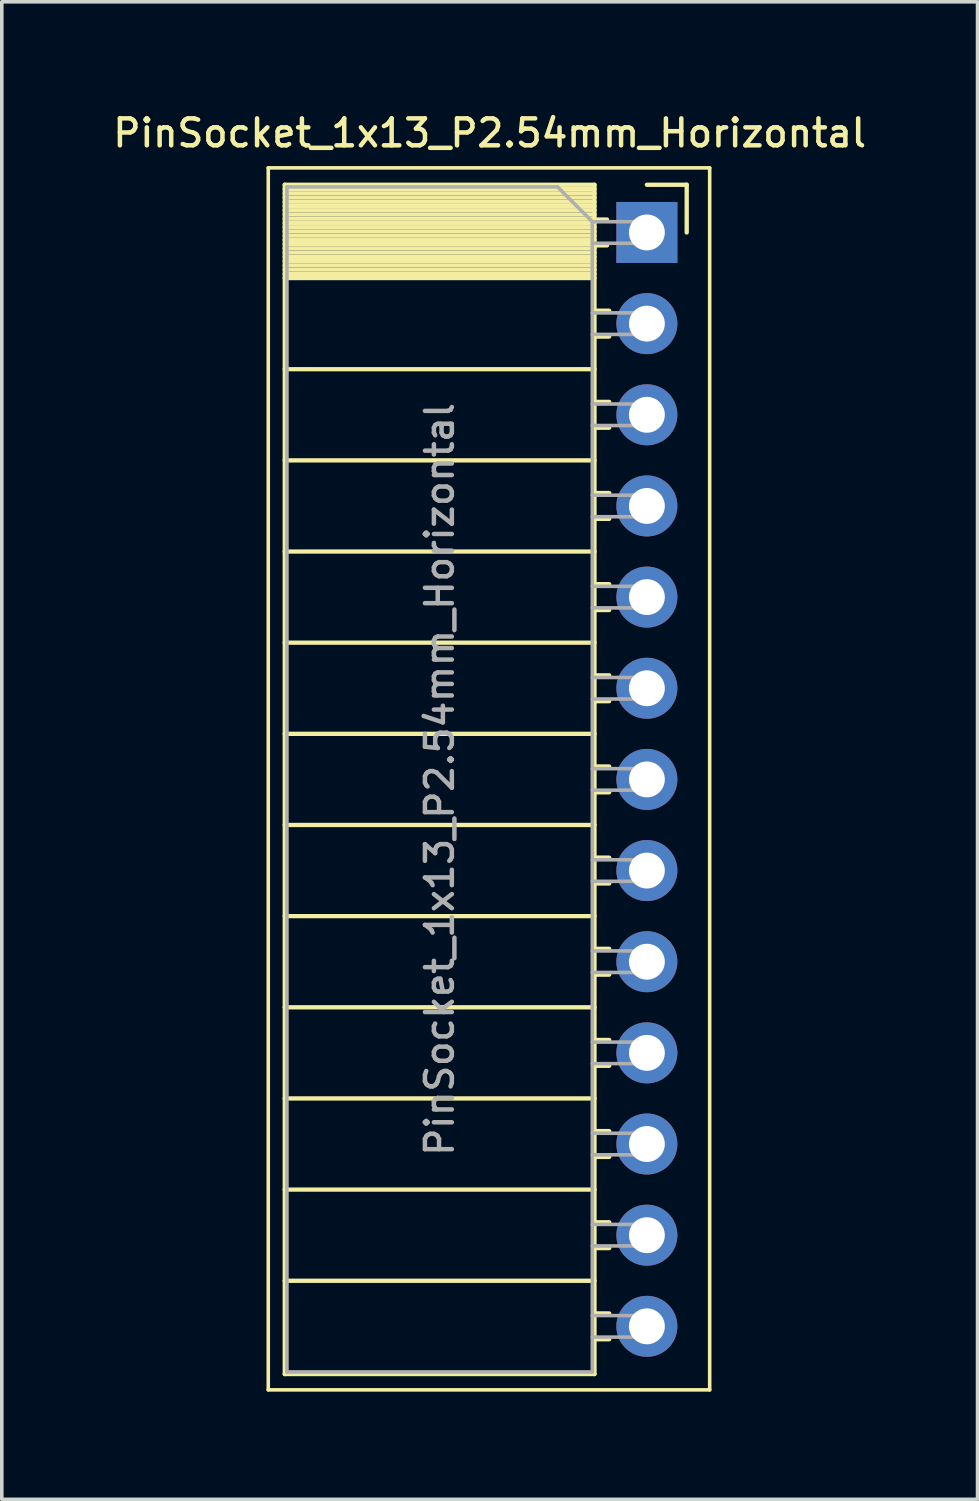
<source format=kicad_pcb>
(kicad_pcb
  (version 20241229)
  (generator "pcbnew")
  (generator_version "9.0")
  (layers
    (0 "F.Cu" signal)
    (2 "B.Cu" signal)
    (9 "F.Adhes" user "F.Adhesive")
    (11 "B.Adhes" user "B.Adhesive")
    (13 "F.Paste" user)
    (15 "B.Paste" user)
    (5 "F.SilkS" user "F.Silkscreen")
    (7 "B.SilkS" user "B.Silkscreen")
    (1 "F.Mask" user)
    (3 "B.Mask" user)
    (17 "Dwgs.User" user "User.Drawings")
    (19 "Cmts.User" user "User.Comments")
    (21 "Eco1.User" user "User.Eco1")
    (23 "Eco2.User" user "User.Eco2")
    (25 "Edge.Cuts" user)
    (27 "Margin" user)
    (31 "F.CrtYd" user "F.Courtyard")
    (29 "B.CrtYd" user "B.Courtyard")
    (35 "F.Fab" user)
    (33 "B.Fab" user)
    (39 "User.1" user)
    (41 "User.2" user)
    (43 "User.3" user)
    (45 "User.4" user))
  (footprint "PinSocket_1x13_P2.54mm_Horizontal"
    (layer "F.Cu")
    (at 14.975 3.428)
    (property "Reference" "PinSocket_1x13_P2.54mm_Horizontal" (at -4.38 -2.77 0) (layer "F.SilkS") (effects (font (size 0.75 0.75) (thickness 0.125))))
    (attr through_hole)
    (fp_line (start -10.55 -1.8) (end -10.55 32.25) (stroke (width 0.1) (type solid)) (layer "F.SilkS"))
    (fp_line (start -10.55 32.25) (end 1.75 32.25) (stroke (width 0.1) (type solid)) (layer "F.SilkS"))
    (fp_line (start -10.09 -1.33) (end -10.09 31.81) (stroke (width 0.12) (type solid)) (layer "F.SilkS"))
    (fp_line (start -10.09 -1.33) (end -1.46 -1.33) (stroke (width 0.12) (type solid)) (layer "F.SilkS"))
    (fp_line (start -10.09 -1.21) (end -1.46 -1.21) (stroke (width 0.12) (type solid)) (layer "F.SilkS"))
    (fp_line (start -10.09 -1.092) (end -1.46 -1.092) (stroke (width 0.12) (type solid)) (layer "F.SilkS"))
    (fp_line (start -10.09 -0.974) (end -1.46 -0.974) (stroke (width 0.12) (type solid)) (layer "F.SilkS"))
    (fp_line (start -10.09 -0.856) (end -1.46 -0.856) (stroke (width 0.12) (type solid)) (layer "F.SilkS"))
    (fp_line (start -10.09 -0.738) (end -1.46 -0.738) (stroke (width 0.12) (type solid)) (layer "F.SilkS"))
    (fp_line (start -10.09 -0.62) (end -1.46 -0.62) (stroke (width 0.12) (type solid)) (layer "F.SilkS"))
    (fp_line (start -10.09 -0.501) (end -1.46 -0.501) (stroke (width 0.12) (type solid)) (layer "F.SilkS"))
    (fp_line (start -10.09 -0.383) (end -1.46 -0.383) (stroke (width 0.12) (type solid)) (layer "F.SilkS"))
    (fp_line (start -10.09 -0.265) (end -1.46 -0.265) (stroke (width 0.12) (type solid)) (layer "F.SilkS"))
    (fp_line (start -10.09 -0.147) (end -1.46 -0.147) (stroke (width 0.12) (type solid)) (layer "F.SilkS"))
    (fp_line (start -10.09 -0.029) (end -1.46 -0.029) (stroke (width 0.12) (type solid)) (layer "F.SilkS"))
    (fp_line (start -10.09 0.089) (end -1.46 0.089) (stroke (width 0.12) (type solid)) (layer "F.SilkS"))
    (fp_line (start -10.09 0.207) (end -1.46 0.207) (stroke (width 0.12) (type solid)) (layer "F.SilkS"))
    (fp_line (start -10.09 0.325) (end -1.46 0.325) (stroke (width 0.12) (type solid)) (layer "F.SilkS"))
    (fp_line (start -10.09 0.443) (end -1.46 0.443) (stroke (width 0.12) (type solid)) (layer "F.SilkS"))
    (fp_line (start -10.09 0.561) (end -1.46 0.561) (stroke (width 0.12) (type solid)) (layer "F.SilkS"))
    (fp_line (start -10.09 0.68) (end -1.46 0.68) (stroke (width 0.12) (type solid)) (layer "F.SilkS"))
    (fp_line (start -10.09 0.798) (end -1.46 0.798) (stroke (width 0.12) (type solid)) (layer "F.SilkS"))
    (fp_line (start -10.09 0.916) (end -1.46 0.916) (stroke (width 0.12) (type solid)) (layer "F.SilkS"))
    (fp_line (start -10.09 1.034) (end -1.46 1.034) (stroke (width 0.12) (type solid)) (layer "F.SilkS"))
    (fp_line (start -10.09 1.152) (end -1.46 1.152) (stroke (width 0.12) (type solid)) (layer "F.SilkS"))
    (fp_line (start -10.09 1.27) (end -1.46 1.27) (stroke (width 0.12) (type solid)) (layer "F.SilkS"))
    (fp_line (start -10.09 3.81) (end -1.46 3.81) (stroke (width 0.12) (type solid)) (layer "F.SilkS"))
    (fp_line (start -10.09 6.35) (end -1.46 6.35) (stroke (width 0.12) (type solid)) (layer "F.SilkS"))
    (fp_line (start -10.09 8.89) (end -1.46 8.89) (stroke (width 0.12) (type solid)) (layer "F.SilkS"))
    (fp_line (start -10.09 11.43) (end -1.46 11.43) (stroke (width 0.12) (type solid)) (layer "F.SilkS"))
    (fp_line (start -10.09 13.97) (end -1.46 13.97) (stroke (width 0.12) (type solid)) (layer "F.SilkS"))
    (fp_line (start -10.09 16.51) (end -1.46 16.51) (stroke (width 0.12) (type solid)) (layer "F.SilkS"))
    (fp_line (start -10.09 19.05) (end -1.46 19.05) (stroke (width 0.12) (type solid)) (layer "F.SilkS"))
    (fp_line (start -10.09 21.59) (end -1.46 21.59) (stroke (width 0.12) (type solid)) (layer "F.SilkS"))
    (fp_line (start -10.09 24.13) (end -1.46 24.13) (stroke (width 0.12) (type solid)) (layer "F.SilkS"))
    (fp_line (start -10.09 26.67) (end -1.46 26.67) (stroke (width 0.12) (type solid)) (layer "F.SilkS"))
    (fp_line (start -10.09 29.21) (end -1.46 29.21) (stroke (width 0.12) (type solid)) (layer "F.SilkS"))
    (fp_line (start -10.09 31.81) (end -1.46 31.81) (stroke (width 0.12) (type solid)) (layer "F.SilkS"))
    (fp_line (start -1.46 -1.33) (end -1.46 31.81) (stroke (width 0.12) (type solid)) (layer "F.SilkS"))
    (fp_line (start -1.46 -0.36) (end -1.11 -0.36) (stroke (width 0.12) (type solid)) (layer "F.SilkS"))
    (fp_line (start -1.46 0.36) (end -1.11 0.36) (stroke (width 0.12) (type solid)) (layer "F.SilkS"))
    (fp_line (start -1.46 2.18) (end -1.05 2.18) (stroke (width 0.12) (type solid)) (layer "F.SilkS"))
    (fp_line (start -1.46 2.9) (end -1.05 2.9) (stroke (width 0.12) (type solid)) (layer "F.SilkS"))
    (fp_line (start -1.46 4.72) (end -1.05 4.72) (stroke (width 0.12) (type solid)) (layer "F.SilkS"))
    (fp_line (start -1.46 5.44) (end -1.05 5.44) (stroke (width 0.12) (type solid)) (layer "F.SilkS"))
    (fp_line (start -1.46 7.26) (end -1.05 7.26) (stroke (width 0.12) (type solid)) (layer "F.SilkS"))
    (fp_line (start -1.46 7.98) (end -1.05 7.98) (stroke (width 0.12) (type solid)) (layer "F.SilkS"))
    (fp_line (start -1.46 9.8) (end -1.05 9.8) (stroke (width 0.12) (type solid)) (layer "F.SilkS"))
    (fp_line (start -1.46 10.52) (end -1.05 10.52) (stroke (width 0.12) (type solid)) (layer "F.SilkS"))
    (fp_line (start -1.46 12.34) (end -1.05 12.34) (stroke (width 0.12) (type solid)) (layer "F.SilkS"))
    (fp_line (start -1.46 13.06) (end -1.05 13.06) (stroke (width 0.12) (type solid)) (layer "F.SilkS"))
    (fp_line (start -1.46 14.88) (end -1.05 14.88) (stroke (width 0.12) (type solid)) (layer "F.SilkS"))
    (fp_line (start -1.46 15.6) (end -1.05 15.6) (stroke (width 0.12) (type solid)) (layer "F.SilkS"))
    (fp_line (start -1.46 17.42) (end -1.05 17.42) (stroke (width 0.12) (type solid)) (layer "F.SilkS"))
    (fp_line (start -1.46 18.14) (end -1.05 18.14) (stroke (width 0.12) (type solid)) (layer "F.SilkS"))
    (fp_line (start -1.46 19.96) (end -1.05 19.96) (stroke (width 0.12) (type solid)) (layer "F.SilkS"))
    (fp_line (start -1.46 20.68) (end -1.05 20.68) (stroke (width 0.12) (type solid)) (layer "F.SilkS"))
    (fp_line (start -1.46 22.5) (end -1.05 22.5) (stroke (width 0.12) (type solid)) (layer "F.SilkS"))
    (fp_line (start -1.46 23.22) (end -1.05 23.22) (stroke (width 0.12) (type solid)) (layer "F.SilkS"))
    (fp_line (start -1.46 25.04) (end -1.05 25.04) (stroke (width 0.12) (type solid)) (layer "F.SilkS"))
    (fp_line (start -1.46 25.76) (end -1.05 25.76) (stroke (width 0.12) (type solid)) (layer "F.SilkS"))
    (fp_line (start -1.46 27.58) (end -1.05 27.58) (stroke (width 0.12) (type solid)) (layer "F.SilkS"))
    (fp_line (start -1.46 28.3) (end -1.05 28.3) (stroke (width 0.12) (type solid)) (layer "F.SilkS"))
    (fp_line (start -1.46 30.12) (end -1.05 30.12) (stroke (width 0.12) (type solid)) (layer "F.SilkS"))
    (fp_line (start -1.46 30.84) (end -1.05 30.84) (stroke (width 0.12) (type solid)) (layer "F.SilkS"))
    (fp_line (start 0 -1.33) (end 1.11 -1.33) (stroke (width 0.12) (type solid)) (layer "F.SilkS"))
    (fp_line (start 1.11 -1.33) (end 1.11 0) (stroke (width 0.12) (type solid)) (layer "F.SilkS"))
    (fp_line (start 1.75 -1.8) (end -10.55 -1.8) (stroke (width 0.1) (type solid)) (layer "F.SilkS"))
    (fp_line (start 1.75 32.25) (end 1.75 -1.8) (stroke (width 0.1) (type solid)) (layer "F.SilkS"))
    (fp_line (start -10.03 -1.27) (end -2.49 -1.27) (stroke (width 0.1) (type solid)) (layer "F.Fab"))
    (fp_line (start -10.03 31.75) (end -10.03 -1.27) (stroke (width 0.1) (type solid)) (layer "F.Fab"))
    (fp_line (start -2.49 -1.27) (end -1.52 -0.3) (stroke (width 0.1) (type solid)) (layer "F.Fab"))
    (fp_line (start -1.52 -0.3) (end -1.52 31.75) (stroke (width 0.1) (type solid)) (layer "F.Fab"))
    (fp_line (start -1.52 0.3) (end 0 0.3) (stroke (width 0.1) (type solid)) (layer "F.Fab"))
    (fp_line (start -1.52 2.84) (end 0 2.84) (stroke (width 0.1) (type solid)) (layer "F.Fab"))
    (fp_line (start -1.52 5.38) (end 0 5.38) (stroke (width 0.1) (type solid)) (layer "F.Fab"))
    (fp_line (start -1.52 7.92) (end 0 7.92) (stroke (width 0.1) (type solid)) (layer "F.Fab"))
    (fp_line (start -1.52 10.46) (end 0 10.46) (stroke (width 0.1) (type solid)) (layer "F.Fab"))
    (fp_line (start -1.52 13) (end 0 13) (stroke (width 0.1) (type solid)) (layer "F.Fab"))
    (fp_line (start -1.52 15.54) (end 0 15.54) (stroke (width 0.1) (type solid)) (layer "F.Fab"))
    (fp_line (start -1.52 18.08) (end 0 18.08) (stroke (width 0.1) (type solid)) (layer "F.Fab"))
    (fp_line (start -1.52 20.62) (end 0 20.62) (stroke (width 0.1) (type solid)) (layer "F.Fab"))
    (fp_line (start -1.52 23.16) (end 0 23.16) (stroke (width 0.1) (type solid)) (layer "F.Fab"))
    (fp_line (start -1.52 25.7) (end 0 25.7) (stroke (width 0.1) (type solid)) (layer "F.Fab"))
    (fp_line (start -1.52 28.24) (end 0 28.24) (stroke (width 0.1) (type solid)) (layer "F.Fab"))
    (fp_line (start -1.52 30.78) (end 0 30.78) (stroke (width 0.1) (type solid)) (layer "F.Fab"))
    (fp_line (start -1.52 31.75) (end -10.03 31.75) (stroke (width 0.1) (type solid)) (layer "F.Fab"))
    (fp_line (start 0 -0.3) (end -1.52 -0.3) (stroke (width 0.1) (type solid)) (layer "F.Fab"))
    (fp_line (start 0 0.3) (end 0 -0.3) (stroke (width 0.1) (type solid)) (layer "F.Fab"))
    (fp_line (start 0 2.24) (end -1.52 2.24) (stroke (width 0.1) (type solid)) (layer "F.Fab"))
    (fp_line (start 0 2.84) (end 0 2.24) (stroke (width 0.1) (type solid)) (layer "F.Fab"))
    (fp_line (start 0 4.78) (end -1.52 4.78) (stroke (width 0.1) (type solid)) (layer "F.Fab"))
    (fp_line (start 0 5.38) (end 0 4.78) (stroke (width 0.1) (type solid)) (layer "F.Fab"))
    (fp_line (start 0 7.32) (end -1.52 7.32) (stroke (width 0.1) (type solid)) (layer "F.Fab"))
    (fp_line (start 0 7.92) (end 0 7.32) (stroke (width 0.1) (type solid)) (layer "F.Fab"))
    (fp_line (start 0 9.86) (end -1.52 9.86) (stroke (width 0.1) (type solid)) (layer "F.Fab"))
    (fp_line (start 0 10.46) (end 0 9.86) (stroke (width 0.1) (type solid)) (layer "F.Fab"))
    (fp_line (start 0 12.4) (end -1.52 12.4) (stroke (width 0.1) (type solid)) (layer "F.Fab"))
    (fp_line (start 0 13) (end 0 12.4) (stroke (width 0.1) (type solid)) (layer "F.Fab"))
    (fp_line (start 0 14.94) (end -1.52 14.94) (stroke (width 0.1) (type solid)) (layer "F.Fab"))
    (fp_line (start 0 15.54) (end 0 14.94) (stroke (width 0.1) (type solid)) (layer "F.Fab"))
    (fp_line (start 0 17.48) (end -1.52 17.48) (stroke (width 0.1) (type solid)) (layer "F.Fab"))
    (fp_line (start 0 18.08) (end 0 17.48) (stroke (width 0.1) (type solid)) (layer "F.Fab"))
    (fp_line (start 0 20.02) (end -1.52 20.02) (stroke (width 0.1) (type solid)) (layer "F.Fab"))
    (fp_line (start 0 20.62) (end 0 20.02) (stroke (width 0.1) (type solid)) (layer "F.Fab"))
    (fp_line (start 0 22.56) (end -1.52 22.56) (stroke (width 0.1) (type solid)) (layer "F.Fab"))
    (fp_line (start 0 23.16) (end 0 22.56) (stroke (width 0.1) (type solid)) (layer "F.Fab"))
    (fp_line (start 0 25.1) (end -1.52 25.1) (stroke (width 0.1) (type solid)) (layer "F.Fab"))
    (fp_line (start 0 25.7) (end 0 25.1) (stroke (width 0.1) (type solid)) (layer "F.Fab"))
    (fp_line (start 0 27.64) (end -1.52 27.64) (stroke (width 0.1) (type solid)) (layer "F.Fab"))
    (fp_line (start 0 28.24) (end 0 27.64) (stroke (width 0.1) (type solid)) (layer "F.Fab"))
    (fp_line (start 0 30.18) (end -1.52 30.18) (stroke (width 0.1) (type solid)) (layer "F.Fab"))
    (fp_line (start 0 30.78) (end 0 30.18) (stroke (width 0.1) (type solid)) (layer "F.Fab"))
    (fp_text user "${REFERENCE}" (at -5.775 15.24 90) (layer "F.Fab") (effects (font (size 0.75 0.75) (thickness 0.125))))
    (pad "1" thru_hole rect (at 0 0) (size 1.7 1.7) (drill 1) (layers "*.Cu" "*.Mask"))
    (pad "2" thru_hole oval (at 0 2.54) (size 1.7 1.7) (drill 1) (layers "*.Cu" "*.Mask"))
    (pad "3" thru_hole oval (at 0 5.08) (size 1.7 1.7) (drill 1) (layers "*.Cu" "*.Mask"))
    (pad "4" thru_hole oval (at 0 7.62) (size 1.7 1.7) (drill 1) (layers "*.Cu" "*.Mask"))
    (pad "5" thru_hole oval (at 0 10.16) (size 1.7 1.7) (drill 1) (layers "*.Cu" "*.Mask"))
    (pad "6" thru_hole oval (at 0 12.7) (size 1.7 1.7) (drill 1) (layers "*.Cu" "*.Mask"))
    (pad "7" thru_hole oval (at 0 15.24) (size 1.7 1.7) (drill 1) (layers "*.Cu" "*.Mask"))
    (pad "8" thru_hole oval (at 0 17.78) (size 1.7 1.7) (drill 1) (layers "*.Cu" "*.Mask"))
    (pad "9" thru_hole oval (at 0 20.32) (size 1.7 1.7) (drill 1) (layers "*.Cu" "*.Mask"))
    (pad "10" thru_hole oval (at 0 22.86) (size 1.7 1.7) (drill 1) (layers "*.Cu" "*.Mask"))
    (pad "11" thru_hole oval (at 0 25.4) (size 1.7 1.7) (drill 1) (layers "*.Cu" "*.Mask"))
    (pad "12" thru_hole oval (at 0 27.94) (size 1.7 1.7) (drill 1) (layers "*.Cu" "*.Mask"))
    (pad "13" thru_hole oval (at 0 30.48) (size 1.7 1.7) (drill 1) (layers "*.Cu" "*.Mask")))
  (gr_rect
    (start -3 -3)
    (end 24.189 38.728)
    (stroke (width 0.1) (type default))
    (fill no)
    (layer "Edge.Cuts")))
</source>
